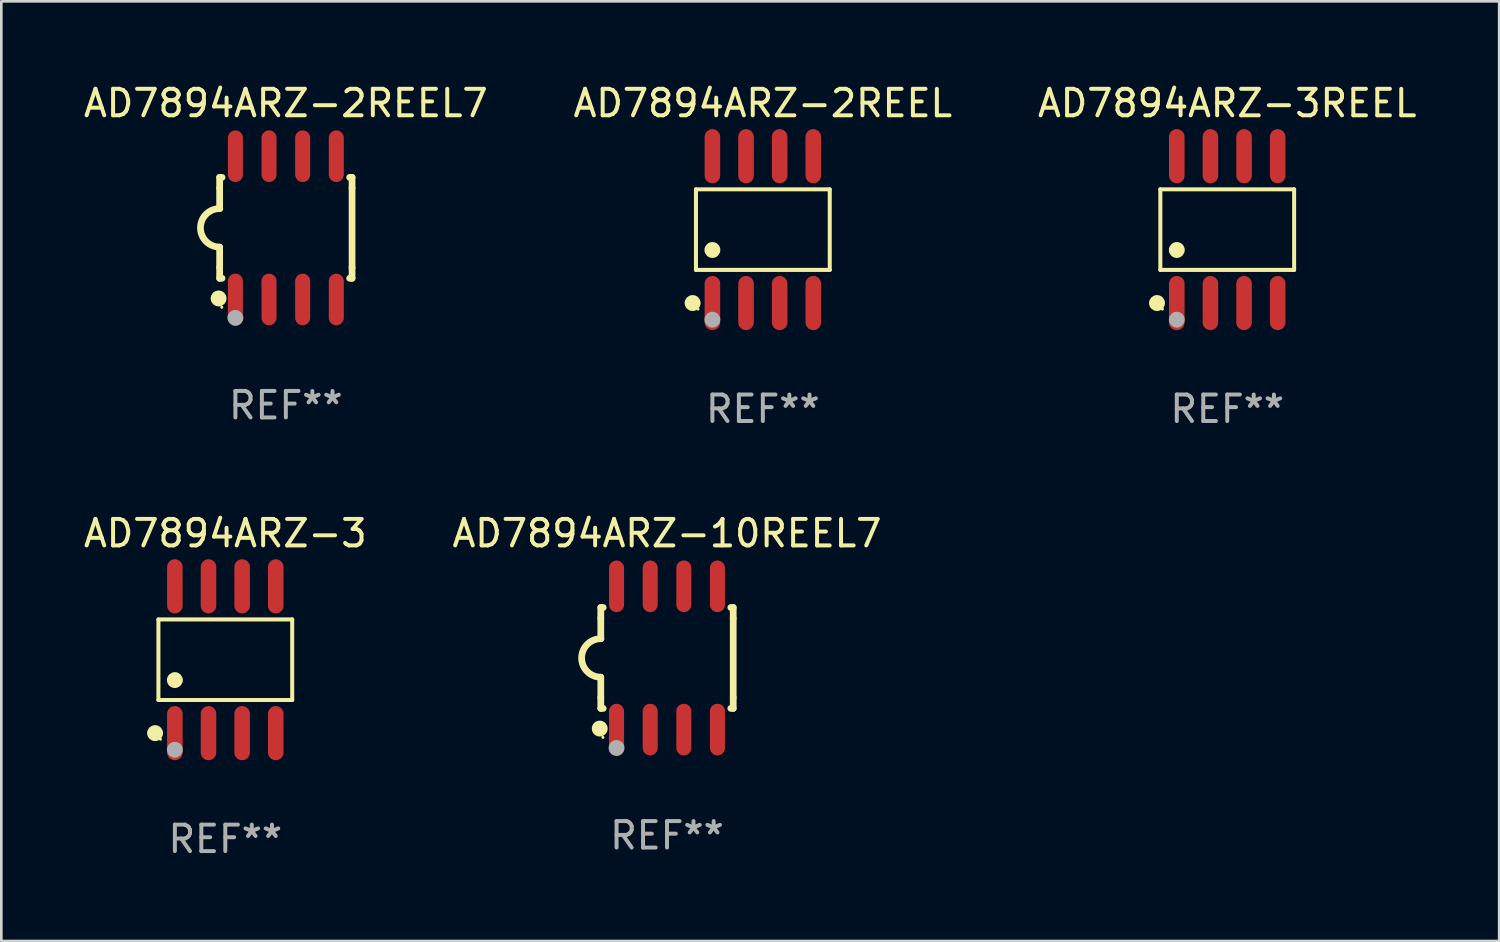
<source format=kicad_pcb>
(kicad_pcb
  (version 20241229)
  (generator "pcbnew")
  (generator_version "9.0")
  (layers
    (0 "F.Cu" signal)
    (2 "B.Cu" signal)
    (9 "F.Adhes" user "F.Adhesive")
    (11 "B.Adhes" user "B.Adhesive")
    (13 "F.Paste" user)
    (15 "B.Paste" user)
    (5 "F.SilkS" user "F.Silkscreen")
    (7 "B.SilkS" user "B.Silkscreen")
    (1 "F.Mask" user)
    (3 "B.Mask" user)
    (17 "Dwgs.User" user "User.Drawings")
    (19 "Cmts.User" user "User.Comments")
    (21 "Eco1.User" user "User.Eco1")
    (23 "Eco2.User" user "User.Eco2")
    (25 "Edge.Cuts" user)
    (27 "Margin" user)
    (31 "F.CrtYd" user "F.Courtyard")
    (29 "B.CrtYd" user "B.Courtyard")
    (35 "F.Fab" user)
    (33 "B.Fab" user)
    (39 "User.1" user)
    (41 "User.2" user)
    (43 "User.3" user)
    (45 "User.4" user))
  (footprint "AD7894ARZ-2REEL"
    (layer "F.Cu")
    (at 25.756 5.621)
    (property "Reference" "AD7894ARZ-2REEL" (at 0 -4.772 0) (layer "F.SilkS") (effects (font (size 1 1) (thickness 0.15))))
    (attr through_hole)
    (fp_line (start -2.526 -1.521) (end 2.526 -1.521) (stroke (width 0.152) (type solid)) (layer "F.SilkS"))
    (fp_line (start -2.526 1.521) (end -2.526 -1.521) (stroke (width 0.152) (type solid)) (layer "F.SilkS"))
    (fp_line (start 2.526 -1.521) (end 2.526 1.521) (stroke (width 0.152) (type solid)) (layer "F.SilkS"))
    (fp_line (start 2.526 1.521) (end -2.526 1.521) (stroke (width 0.152) (type solid)) (layer "F.SilkS"))
    (fp_circle (center -2.652 2.772) (end -2.501 2.772) (stroke (width 0.3) (type solid)) (fill no) (layer "F.SilkS"))
    (fp_circle (center -2.45 3) (end -2.42 3) (stroke (width 0.06) (type solid)) (fill no) (layer "F.SilkS"))
    (fp_circle (center -1.905 0.769) (end -1.755 0.769) (stroke (width 0.3) (type solid)) (fill no) (layer "F.SilkS"))
    (fp_circle (center -1.905 3.4) (end -1.755 3.4) (stroke (width 0.3) (type solid)) (fill no) (layer "F.Fab"))
    (fp_text user "REF**" (at 0 6.772 0) (layer "F.Fab") (effects (font (size 1 1) (thickness 0.15))))
    (pad "1" smd oval (at -1.905 2.772) (size 0.588 2.045) (layers "F.Cu" "F.Mask" "F.Paste"))
    (pad "2" smd oval (at -0.635 2.772) (size 0.588 2.045) (layers "F.Cu" "F.Mask" "F.Paste"))
    (pad "3" smd oval (at 0.635 2.772) (size 0.588 2.045) (layers "F.Cu" "F.Mask" "F.Paste"))
    (pad "4" smd oval (at 1.905 2.772) (size 0.588 2.045) (layers "F.Cu" "F.Mask" "F.Paste"))
    (pad "5" smd oval (at 1.905 -2.772) (size 0.588 2.045) (layers "F.Cu" "F.Mask" "F.Paste"))
    (pad "6" smd oval (at 0.635 -2.772) (size 0.588 2.045) (layers "F.Cu" "F.Mask" "F.Paste"))
    (pad "7" smd oval (at -0.635 -2.772) (size 0.588 2.045) (layers "F.Cu" "F.Mask" "F.Paste"))
    (pad "8" smd oval (at -1.905 -2.772) (size 0.588 2.045) (layers "F.Cu" "F.Mask" "F.Paste")))
  (footprint "AD7894ARZ-3"
    (layer "F.Cu")
    (at 5.458 21.862)
    (property "Reference" "AD7894ARZ-3" (at 0 -4.772 0) (layer "F.SilkS") (effects (font (size 1 1) (thickness 0.15))))
    (attr through_hole)
    (fp_line (start -2.526 -1.521) (end 2.526 -1.521) (stroke (width 0.152) (type solid)) (layer "F.SilkS"))
    (fp_line (start -2.526 1.521) (end -2.526 -1.521) (stroke (width 0.152) (type solid)) (layer "F.SilkS"))
    (fp_line (start 2.526 -1.521) (end 2.526 1.521) (stroke (width 0.152) (type solid)) (layer "F.SilkS"))
    (fp_line (start 2.526 1.521) (end -2.526 1.521) (stroke (width 0.152) (type solid)) (layer "F.SilkS"))
    (fp_circle (center -2.652 2.772) (end -2.501 2.772) (stroke (width 0.3) (type solid)) (fill no) (layer "F.SilkS"))
    (fp_circle (center -2.45 3) (end -2.42 3) (stroke (width 0.06) (type solid)) (fill no) (layer "F.SilkS"))
    (fp_circle (center -1.905 0.769) (end -1.755 0.769) (stroke (width 0.3) (type solid)) (fill no) (layer "F.SilkS"))
    (fp_circle (center -1.905 3.4) (end -1.755 3.4) (stroke (width 0.3) (type solid)) (fill no) (layer "F.Fab"))
    (fp_text user "REF**" (at 0 6.772 0) (layer "F.Fab") (effects (font (size 1 1) (thickness 0.15))))
    (pad "1" smd oval (at -1.905 2.772) (size 0.588 2.045) (layers "F.Cu" "F.Mask" "F.Paste"))
    (pad "2" smd oval (at -0.635 2.772) (size 0.588 2.045) (layers "F.Cu" "F.Mask" "F.Paste"))
    (pad "3" smd oval (at 0.635 2.772) (size 0.588 2.045) (layers "F.Cu" "F.Mask" "F.Paste"))
    (pad "4" smd oval (at 1.905 2.772) (size 0.588 2.045) (layers "F.Cu" "F.Mask" "F.Paste"))
    (pad "5" smd oval (at 1.905 -2.772) (size 0.588 2.045) (layers "F.Cu" "F.Mask" "F.Paste"))
    (pad "6" smd oval (at 0.635 -2.772) (size 0.588 2.045) (layers "F.Cu" "F.Mask" "F.Paste"))
    (pad "7" smd oval (at -0.635 -2.772) (size 0.588 2.045) (layers "F.Cu" "F.Mask" "F.Paste"))
    (pad "8" smd oval (at -1.905 -2.772) (size 0.588 2.045) (layers "F.Cu" "F.Mask" "F.Paste")))
  (footprint "AD7894ARZ-2REEL7"
    (layer "F.Cu")
    (at 7.744 5.553)
    (property "Reference" "AD7894ARZ-2REEL7" (at 0 -4.705 0) (layer "F.SilkS") (effects (font (size 1 1) (thickness 0.15))))
    (attr through_hole)
    (fp_line (start -2.5 -1.905) (end -2.409 -1.905) (stroke (width 0.254) (type solid)) (layer "F.SilkS"))
    (fp_line (start -2.5 -1.5) (end -2.5 -1.905) (stroke (width 0.254) (type solid)) (layer "F.SilkS"))
    (fp_line (start -2.5 -1.5) (end -2.5 -0.726) (stroke (width 0.254) (type solid)) (layer "F.SilkS"))
    (fp_line (start -2.5 1.5) (end -2.5 0.727) (stroke (width 0.254) (type solid)) (layer "F.SilkS"))
    (fp_line (start -2.5 1.5) (end -2.5 1.905) (stroke (width 0.254) (type solid)) (layer "F.SilkS"))
    (fp_line (start -2.5 1.905) (end -2.409 1.905) (stroke (width 0.254) (type solid)) (layer "F.SilkS"))
    (fp_line (start 2.5 -1.905) (end 2.409 -1.905) (stroke (width 0.254) (type solid)) (layer "F.SilkS"))
    (fp_line (start 2.5 -1.5) (end 2.5 -1.905) (stroke (width 0.254) (type solid)) (layer "F.SilkS"))
    (fp_line (start 2.5 -1.5) (end 2.5 1.5) (stroke (width 0.254) (type solid)) (layer "F.SilkS"))
    (fp_line (start 2.5 1.5) (end 2.5 1.905) (stroke (width 0.254) (type solid)) (layer "F.SilkS"))
    (fp_line (start 2.5 1.905) (end 2.409 1.905) (stroke (width 0.254) (type solid)) (layer "F.SilkS"))
    (fp_arc (start -2.5 0.726568) (mid -3.220316 -0.0023) (end -2.495097 -0.726289) (stroke (width 0.254001) (type solid)) (layer "F.SilkS"))
    (fp_circle (center -2.54 2.667) (end -2.39 2.667) (stroke (width 0.3) (type solid)) (fill no) (layer "F.SilkS"))
    (fp_circle (center -2.42 3) (end -2.39 3) (stroke (width 0.06) (type solid)) (fill no) (layer "F.SilkS"))
    (fp_circle (center -1.905 3.4) (end -1.755 3.4) (stroke (width 0.3) (type solid)) (fill no) (layer "F.Fab"))
    (fp_text user "REF**" (at 0 6.705 0) (layer "F.Fab") (effects (font (size 1 1) (thickness 0.15))))
    (pad "1" smd oval (at -1.905 2.705) (size 0.568 1.95) (layers "F.Cu" "F.Mask" "F.Paste"))
    (pad "2" smd oval (at -0.635 2.705) (size 0.568 1.95) (layers "F.Cu" "F.Mask" "F.Paste"))
    (pad "3" smd oval (at 0.635 2.705) (size 0.568 1.95) (layers "F.Cu" "F.Mask" "F.Paste"))
    (pad "4" smd oval (at 1.905 2.705) (size 0.568 1.95) (layers "F.Cu" "F.Mask" "F.Paste"))
    (pad "5" smd oval (at 1.905 -2.705) (size 0.568 1.95) (layers "F.Cu" "F.Mask" "F.Paste"))
    (pad "6" smd oval (at 0.635 -2.705) (size 0.568 1.95) (layers "F.Cu" "F.Mask" "F.Paste"))
    (pad "7" smd oval (at -0.635 -2.705) (size 0.568 1.95) (layers "F.Cu" "F.Mask" "F.Paste"))
    (pad "8" smd oval (at -1.905 -2.705) (size 0.568 1.95) (layers "F.Cu" "F.Mask" "F.Paste")))
  (footprint "AD7894ARZ-10REEL7"
    (layer "F.Cu")
    (at 22.137 21.795)
    (property "Reference" "AD7894ARZ-10REEL7" (at 0 -4.705 0) (layer "F.SilkS") (effects (font (size 1 1) (thickness 0.15))))
    (attr through_hole)
    (fp_line (start -2.5 -1.905) (end -2.409 -1.905) (stroke (width 0.254) (type solid)) (layer "F.SilkS"))
    (fp_line (start -2.5 -1.5) (end -2.5 -1.905) (stroke (width 0.254) (type solid)) (layer "F.SilkS"))
    (fp_line (start -2.5 -1.5) (end -2.5 -0.726) (stroke (width 0.254) (type solid)) (layer "F.SilkS"))
    (fp_line (start -2.5 1.5) (end -2.5 0.727) (stroke (width 0.254) (type solid)) (layer "F.SilkS"))
    (fp_line (start -2.5 1.5) (end -2.5 1.905) (stroke (width 0.254) (type solid)) (layer "F.SilkS"))
    (fp_line (start -2.5 1.905) (end -2.409 1.905) (stroke (width 0.254) (type solid)) (layer "F.SilkS"))
    (fp_line (start 2.5 -1.905) (end 2.409 -1.905) (stroke (width 0.254) (type solid)) (layer "F.SilkS"))
    (fp_line (start 2.5 -1.5) (end 2.5 -1.905) (stroke (width 0.254) (type solid)) (layer "F.SilkS"))
    (fp_line (start 2.5 -1.5) (end 2.5 1.5) (stroke (width 0.254) (type solid)) (layer "F.SilkS"))
    (fp_line (start 2.5 1.5) (end 2.5 1.905) (stroke (width 0.254) (type solid)) (layer "F.SilkS"))
    (fp_line (start 2.5 1.905) (end 2.409 1.905) (stroke (width 0.254) (type solid)) (layer "F.SilkS"))
    (fp_arc (start -2.5 0.726568) (mid -3.220316 -0.0023) (end -2.495097 -0.726289) (stroke (width 0.254001) (type solid)) (layer "F.SilkS"))
    (fp_circle (center -2.54 2.667) (end -2.39 2.667) (stroke (width 0.3) (type solid)) (fill no) (layer "F.SilkS"))
    (fp_circle (center -2.42 3) (end -2.39 3) (stroke (width 0.06) (type solid)) (fill no) (layer "F.SilkS"))
    (fp_circle (center -1.905 3.4) (end -1.755 3.4) (stroke (width 0.3) (type solid)) (fill no) (layer "F.Fab"))
    (fp_text user "REF**" (at 0 6.705 0) (layer "F.Fab") (effects (font (size 1 1) (thickness 0.15))))
    (pad "1" smd oval (at -1.905 2.705) (size 0.568 1.95) (layers "F.Cu" "F.Mask" "F.Paste"))
    (pad "2" smd oval (at -0.635 2.705) (size 0.568 1.95) (layers "F.Cu" "F.Mask" "F.Paste"))
    (pad "3" smd oval (at 0.635 2.705) (size 0.568 1.95) (layers "F.Cu" "F.Mask" "F.Paste"))
    (pad "4" smd oval (at 1.905 2.705) (size 0.568 1.95) (layers "F.Cu" "F.Mask" "F.Paste"))
    (pad "5" smd oval (at 1.905 -2.705) (size 0.568 1.95) (layers "F.Cu" "F.Mask" "F.Paste"))
    (pad "6" smd oval (at 0.635 -2.705) (size 0.568 1.95) (layers "F.Cu" "F.Mask" "F.Paste"))
    (pad "7" smd oval (at -0.635 -2.705) (size 0.568 1.95) (layers "F.Cu" "F.Mask" "F.Paste"))
    (pad "8" smd oval (at -1.905 -2.705) (size 0.568 1.95) (layers "F.Cu" "F.Mask" "F.Paste")))
  (footprint "AD7894ARZ-3REEL"
    (layer "F.Cu")
    (at 43.292 5.621)
    (property "Reference" "AD7894ARZ-3REEL" (at 0 -4.772 0) (layer "F.SilkS") (effects (font (size 1 1) (thickness 0.15))))
    (attr through_hole)
    (fp_line (start -2.526 -1.521) (end 2.526 -1.521) (stroke (width 0.152) (type solid)) (layer "F.SilkS"))
    (fp_line (start -2.526 1.521) (end -2.526 -1.521) (stroke (width 0.152) (type solid)) (layer "F.SilkS"))
    (fp_line (start 2.526 -1.521) (end 2.526 1.521) (stroke (width 0.152) (type solid)) (layer "F.SilkS"))
    (fp_line (start 2.526 1.521) (end -2.526 1.521) (stroke (width 0.152) (type solid)) (layer "F.SilkS"))
    (fp_circle (center -2.652 2.772) (end -2.501 2.772) (stroke (width 0.3) (type solid)) (fill no) (layer "F.SilkS"))
    (fp_circle (center -2.45 3) (end -2.42 3) (stroke (width 0.06) (type solid)) (fill no) (layer "F.SilkS"))
    (fp_circle (center -1.905 0.769) (end -1.755 0.769) (stroke (width 0.3) (type solid)) (fill no) (layer "F.SilkS"))
    (fp_circle (center -1.905 3.4) (end -1.755 3.4) (stroke (width 0.3) (type solid)) (fill no) (layer "F.Fab"))
    (fp_text user "REF**" (at 0 6.772 0) (layer "F.Fab") (effects (font (size 1 1) (thickness 0.15))))
    (pad "1" smd oval (at -1.905 2.772) (size 0.588 2.045) (layers "F.Cu" "F.Mask" "F.Paste"))
    (pad "2" smd oval (at -0.635 2.772) (size 0.588 2.045) (layers "F.Cu" "F.Mask" "F.Paste"))
    (pad "3" smd oval (at 0.635 2.772) (size 0.588 2.045) (layers "F.Cu" "F.Mask" "F.Paste"))
    (pad "4" smd oval (at 1.905 2.772) (size 0.588 2.045) (layers "F.Cu" "F.Mask" "F.Paste"))
    (pad "5" smd oval (at 1.905 -2.772) (size 0.588 2.045) (layers "F.Cu" "F.Mask" "F.Paste"))
    (pad "6" smd oval (at 0.635 -2.772) (size 0.588 2.045) (layers "F.Cu" "F.Mask" "F.Paste"))
    (pad "7" smd oval (at -0.635 -2.772) (size 0.588 2.045) (layers "F.Cu" "F.Mask" "F.Paste"))
    (pad "8" smd oval (at -1.905 -2.772) (size 0.588 2.045) (layers "F.Cu" "F.Mask" "F.Paste")))
  (gr_rect
    (start -3 -3)
    (end 53.56 32.483)
    (stroke (width 0.1) (type default))
    (fill no)
    (layer "Edge.Cuts")))
</source>
